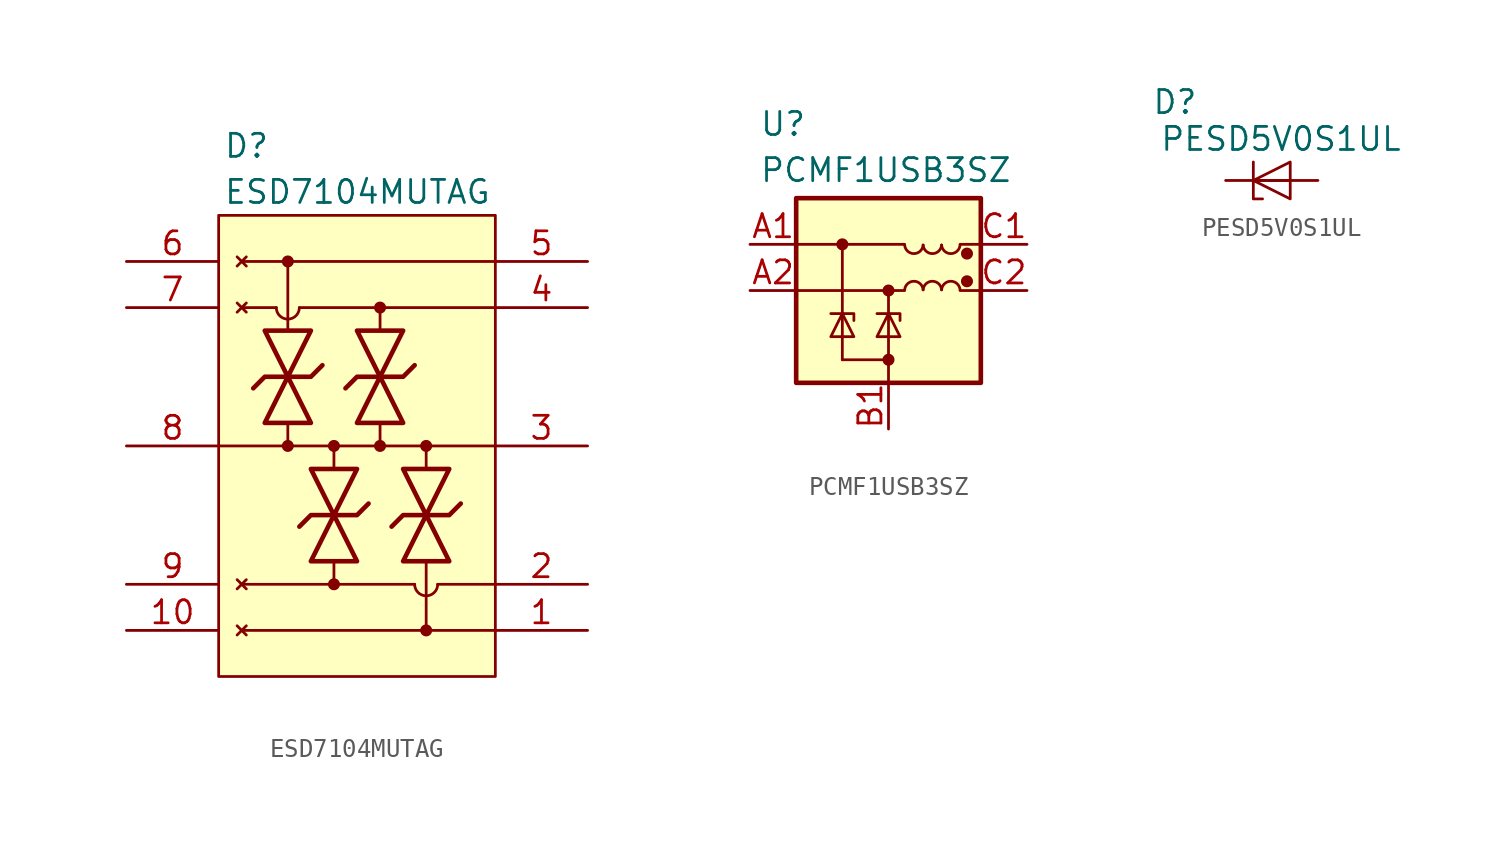
<source format=kicad_sym>
(kicad_symbol_lib
  (version 20241209)
  (generator "kicad_symbol_editor")
  (generator_version "9.0")
  (symbol "ESD7104MUTAG"
    (pin_names
      (hide yes))
    (property "Reference" "D"
      (at 5.334 7.112 0)
      (effects (font (size 1.27 1.27)) (justify left top)))
    (property "Value" "ESD7104MUTAG"
      (at 5.334 4.572 0)
      (effects (font (size 1.27 1.27)) (justify left top)))
    (symbol "ESD7104MUTAG_0_1"
      (polyline (pts (xy 5.08 -10.16) (xy 20.32 -10.16)) (stroke (width 0) (type default)) (fill (type none)))
      (polyline (pts (xy 6.985 -6.985) (xy 7.62 -6.35) (xy 10.16 -6.35) (xy 10.795 -5.715)) (stroke (width 0.254) (type default)) (fill (type none)))
      (polyline (pts (xy 7.62 -3.81) (xy 8.89 -6.35) (xy 10.16 -3.81) (xy 7.62 -3.81)) (stroke (width 0.254) (type default)) (fill (type none)))
      (polyline (pts (xy 9.525 -14.605) (xy 10.16 -13.97) (xy 12.7 -13.97) (xy 13.335 -13.335)) (stroke (width 0.254) (type default)) (fill (type none)))
      (polyline (pts (xy 10.16 -8.89) (xy 8.89 -6.35) (xy 7.62 -8.89) (xy 10.16 -8.89)) (stroke (width 0.254) (type default)) (fill (type none)))
      (polyline (pts (xy 10.16 -11.43) (xy 11.43 -13.97) (xy 12.7 -11.43) (xy 10.16 -11.43)) (stroke (width 0.254) (type default)) (fill (type none)))
      (polyline (pts (xy 12.065 -6.985) (xy 12.7 -6.35) (xy 15.24 -6.35) (xy 15.875 -5.715)) (stroke (width 0.254) (type default)) (fill (type none)))
      (polyline (pts (xy 12.7 -3.81) (xy 13.97 -6.35) (xy 15.24 -3.81) (xy 12.7 -3.81)) (stroke (width 0.254) (type default)) (fill (type none)))
      (polyline (pts (xy 12.7 -16.51) (xy 11.43 -13.97) (xy 10.16 -16.51) (xy 12.7 -16.51)) (stroke (width 0.254) (type default)) (fill (type none)))
      (polyline (pts (xy 14.605 -14.605) (xy 15.24 -13.97) (xy 17.78 -13.97) (xy 18.415 -13.335)) (stroke (width 0.254) (type default)) (fill (type none)))
      (polyline (pts (xy 15.24 -8.89) (xy 13.97 -6.35) (xy 12.7 -8.89) (xy 15.24 -8.89)) (stroke (width 0.254) (type default)) (fill (type none)))
      (polyline (pts (xy 15.24 -11.43) (xy 16.51 -13.97) (xy 17.78 -11.43) (xy 15.24 -11.43)) (stroke (width 0.254) (type default)) (fill (type none)))
      (polyline (pts (xy 17.78 -16.51) (xy 16.51 -13.97) (xy 15.24 -16.51) (xy 17.78 -16.51)) (stroke (width 0.254) (type default)) (fill (type none))))
    (symbol "ESD7104MUTAG_1_1"
      (rectangle (start 5.08 2.54) (end 20.32 -22.86) (stroke (width 0) (type default)) (fill (type background)))
      (polyline (pts (xy 6.096 0.254) (xy 6.604 -0.254)) (stroke (width 0) (type default)) (fill (type none)))
      (polyline (pts (xy 6.096 -0.254) (xy 6.604 0.254)) (stroke (width 0) (type default)) (fill (type none)))
      (polyline (pts (xy 6.096 -2.286) (xy 6.604 -2.794)) (stroke (width 0) (type default)) (fill (type none)))
      (polyline (pts (xy 6.096 -2.794) (xy 6.604 -2.286)) (stroke (width 0) (type default)) (fill (type none)))
      (polyline (pts (xy 6.096 -17.526) (xy 6.604 -18.034)) (stroke (width 0) (type default)) (fill (type none)))
      (polyline (pts (xy 6.096 -18.034) (xy 6.604 -17.526)) (stroke (width 0) (type default)) (fill (type none)))
      (polyline (pts (xy 6.096 -20.066) (xy 6.604 -20.574)) (stroke (width 0) (type default)) (fill (type none)))
      (polyline (pts (xy 6.096 -20.574) (xy 6.604 -20.066)) (stroke (width 0) (type default)) (fill (type none)))
      (polyline (pts (xy 6.35 -2.54) (xy 8.255 -2.54)) (stroke (width 0) (type default)) (fill (type none)))
      (polyline (pts (xy 6.35 -17.78) (xy 15.875 -17.78)) (stroke (width 0) (type default)) (fill (type none)))
      (polyline (pts (xy 6.35 -20.32) (xy 20.32 -20.32)) (stroke (width 0) (type default)) (fill (type none)))
      (polyline (pts (xy 8.89 0) (xy 8.89 -3.81)) (stroke (width 0) (type default)) (fill (type none)))
      (circle (center 8.89 0) (radius 0.254) (stroke (width 0) (type default)) (fill (type outline)))
      (arc (start 9.525 -2.54) (mid 8.89 -3.175) (end 8.255 -2.54) (stroke (width 0) (type default)) (fill (type none)))
      (polyline (pts (xy 8.89 -8.89) (xy 8.89 -10.16)) (stroke (width 0) (type default)) (fill (type none)))
      (circle (center 8.89 -10.16) (radius 0.254) (stroke (width 0) (type default)) (fill (type outline)))
      (polyline (pts (xy 9.525 -2.54) (xy 20.32 -2.54)) (stroke (width 0) (type default)) (fill (type none)))
      (polyline (pts (xy 11.43 -10.16) (xy 11.43 -11.43)) (stroke (width 0) (type default)) (fill (type none)))
      (circle (center 11.43 -10.16) (radius 0.254) (stroke (width 0) (type default)) (fill (type outline)))
      (polyline (pts (xy 11.43 -17.78) (xy 11.43 -16.51)) (stroke (width 0) (type default)) (fill (type none)))
      (circle (center 11.43 -17.78) (radius 0.254) (stroke (width 0) (type default)) (fill (type outline)))
      (polyline (pts (xy 13.97 -2.54) (xy 13.97 -3.81)) (stroke (width 0) (type default)) (fill (type none)))
      (circle (center 13.97 -2.54) (radius 0.254) (stroke (width 0) (type default)) (fill (type outline)))
      (polyline (pts (xy 13.97 -10.16) (xy 13.97 -8.89)) (stroke (width 0) (type default)) (fill (type none)))
      (circle (center 13.97 -10.16) (radius 0.254) (stroke (width 0) (type default)) (fill (type outline)))
      (polyline (pts (xy 16.51 -10.16) (xy 16.51 -11.43)) (stroke (width 0) (type default)) (fill (type none)))
      (circle (center 16.51 -10.16) (radius 0.254) (stroke (width 0) (type default)) (fill (type outline)))
      (arc (start 17.145 -17.78) (mid 16.51 -18.415) (end 15.875 -17.78) (stroke (width 0) (type default)) (fill (type none)))
      (polyline (pts (xy 16.51 -20.32) (xy 16.51 -16.51)) (stroke (width 0) (type default)) (fill (type none)))
      (circle (center 16.51 -20.32) (radius 0.254) (stroke (width 0) (type default)) (fill (type outline)))
      (polyline (pts (xy 17.145 -17.78) (xy 20.32 -17.78)) (stroke (width 0) (type default)) (fill (type none)))
      (polyline (pts (xy 20.32 0) (xy 6.35 0)) (stroke (width 0) (type default)) (fill (type none)))
      (pin passive line (at 0 0 0) (length 5.08) (name "NC_1" (effects (font (size 1.27 1.27)))) (number "6" (effects (font (size 1.27 1.27)))))
      (pin passive line (at 0 -2.54 0) (length 5.08) (name "NC_2" (effects (font (size 1.27 1.27)))) (number "7" (effects (font (size 1.27 1.27)))))
      (pin power_in line (at 0 -10.16 0) (length 5.08) (name "GND_2" (effects (font (size 1.27 1.27)))) (number "8" (effects (font (size 1.27 1.27)))))
      (pin passive line (at 0 -17.78 0) (length 5.08) (name "NC_3" (effects (font (size 1.27 1.27)))) (number "9" (effects (font (size 1.27 1.27)))))
      (pin passive line (at 0 -20.32 0) (length 5.08) (name "NC_4" (effects (font (size 1.27 1.27)))) (number "10" (effects (font (size 1.27 1.27)))))
      (pin bidirectional line (at 25.4 0 180) (length 5.08) (name "IO_4" (effects (font (size 1.27 1.27)))) (number "5" (effects (font (size 1.27 1.27)))))
      (pin bidirectional line (at 25.4 -2.54 180) (length 5.08) (name "IO_3" (effects (font (size 1.27 1.27)))) (number "4" (effects (font (size 1.27 1.27)))))
      (pin power_in line (at 25.4 -10.16 180) (length 5.08) (name "GND_1" (effects (font (size 1.27 1.27)))) (number "3" (effects (font (size 1.27 1.27)))))
      (pin bidirectional line (at 25.4 -17.78 180) (length 5.08) (name "IO_2" (effects (font (size 1.27 1.27)))) (number "2" (effects (font (size 1.27 1.27)))))
      (pin bidirectional line (at 25.4 -20.32 180) (length 5.08) (name "IO_1" (effects (font (size 1.27 1.27)))) (number "1" (effects (font (size 1.27 1.27)))))))
  (symbol "PCMF1USB3SZ"
    (pin_names
      (hide yes))
    (property "Reference" "U"
      (at 0.508 7.366 0)
      (effects (font (size 1.27 1.27)) (justify left top)))
    (property "Value" "PCMF1USB3SZ"
      (at 0.508 4.826 0)
      (effects (font (size 1.27 1.27)) (justify left top)))
    (symbol "PCMF1USB3SZ_0_1"
      (rectangle (start 2.54 2.54) (end 12.7 -7.62) (stroke (width 0.254) (type default)) (fill (type background)))
      (polyline (pts (xy 2.54 0) (xy 8.509 0)) (stroke (width 0) (type default)) (fill (type none)))
      (polyline (pts (xy 2.54 -2.54) (xy 8.509 -2.54)) (stroke (width 0) (type default)) (fill (type none)))
      (polyline (pts (xy 5.08 0) (xy 5.08 -6.35)) (stroke (width 0) (type default)) (fill (type none)))
      (polyline (pts (xy 7.62 -2.54) (xy 7.62 -7.62)) (stroke (width 0) (type default)) (fill (type none)))
      (arc (start 9.525 -0.0377) (mid 9.017 -0.5094) (end 8.509 -0.0377) (stroke (width 0) (type default)) (fill (type none)))
      (arc (start 8.509 -2.5023) (mid 9.017 -2.0306) (end 9.525 -2.5023) (stroke (width 0) (type default)) (fill (type none)))
      (arc (start 10.541 -0.0377) (mid 10.033 -0.5094) (end 9.525 -0.0377) (stroke (width 0) (type default)) (fill (type none)))
      (arc (start 9.525 -2.5023) (mid 10.033 -2.0306) (end 10.541 -2.5023) (stroke (width 0) (type default)) (fill (type none)))
      (arc (start 11.557 -0.0377) (mid 11.049 -0.5094) (end 10.541 -0.0377) (stroke (width 0) (type default)) (fill (type none)))
      (arc (start 10.541 -2.5023) (mid 11.049 -2.0306) (end 11.557 -2.5023) (stroke (width 0) (type default)) (fill (type none)))
      (polyline (pts (xy 12.7 0) (xy 11.557 0)) (stroke (width 0) (type default)) (fill (type none)))
      (polyline (pts (xy 12.7 -2.54) (xy 11.557 -2.54)) (stroke (width 0) (type default)) (fill (type none))))
    (symbol "PCMF1USB3SZ_1_1"
      (polyline (pts (xy 4.445 -5.08) (xy 5.715 -5.08) (xy 5.08 -3.81) (xy 4.445 -5.08)) (stroke (width 0) (type default)) (fill (type none)))
      (circle (center 5.08 0) (radius 0.254) (stroke (width 0) (type default)) (fill (type outline)))
      (polyline (pts (xy 5.715 -4.191) (xy 5.715 -3.81) (xy 4.445 -3.81)) (stroke (width 0) (type default)) (fill (type none)))
      (polyline (pts (xy 6.985 -5.08) (xy 8.255 -5.08) (xy 7.62 -3.81) (xy 6.985 -5.08)) (stroke (width 0) (type default)) (fill (type none)))
      (circle (center 7.62 -2.54) (radius 0.254) (stroke (width 0) (type default)) (fill (type outline)))
      (polyline (pts (xy 7.62 -6.35) (xy 5.08 -6.35)) (stroke (width 0) (type default)) (fill (type none)))
      (circle (center 7.62 -6.35) (radius 0.254) (stroke (width 0) (type default)) (fill (type outline)))
      (polyline (pts (xy 8.255 -4.191) (xy 8.255 -3.81) (xy 6.985 -3.81)) (stroke (width 0) (type default)) (fill (type none)))
      (circle (center 11.938 -0.508) (radius 0.254) (stroke (width 0) (type default)) (fill (type outline)))
      (circle (center 11.938 -2.032) (radius 0.254) (stroke (width 0) (type default)) (fill (type outline)))
      (pin passive line (at 0 0 0) (length 2.54) (name "CH1_IN+" (effects (font (size 1.27 1.27)))) (number "A1" (effects (font (size 1.27 1.27)))))
      (pin passive line (at 0 -2.54 0) (length 2.54) (name "CH1_IN-" (effects (font (size 1.27 1.27)))) (number "A2" (effects (font (size 1.27 1.27)))))
      (pin power_in line (at 7.62 -10.16 90) (length 2.54) (name "GND_CH1" (effects (font (size 1.27 1.27)))) (number "B1" (effects (font (size 1.27 1.27)))))
      (pin passive line (at 15.24 0 180) (length 2.54) (name "CH1_OUT+" (effects (font (size 1.27 1.27)))) (number "C1" (effects (font (size 1.27 1.27)))))
      (pin passive line (at 15.24 -2.54 180) (length 2.54) (name "CH1_OUT-" (effects (font (size 1.27 1.27)))) (number "C2" (effects (font (size 1.27 1.27)))))))
  (symbol "PESD5V0S1UL"
    (pin_numbers
      (hide yes))
    (pin_names
      (hide yes))
    (property "Reference" "D"
      (at -2.794 4.318 0)
      (effects (font (size 1.27 1.27))))
    (property "Value" "PESD5V0S1UL"
      (at 3.048 2.286 0)
      (effects (font (size 1.27 1.27))))
    (symbol "PESD5V0S1UL_0_1"
      (polyline (pts (xy 1.524 1.016) (xy 1.524 -1.016) (xy 2.032 -1.016)) (stroke (width 0) (type default)) (fill (type none)))
      (polyline (pts (xy 1.524 0) (xy 3.556 0)) (stroke (width 0) (type default)) (fill (type none)))
      (polyline (pts (xy 3.556 1.016) (xy 1.524 0) (xy 3.556 -1.016) (xy 3.556 1.016)) (stroke (width 0) (type default)) (fill (type none))))
    (symbol "PESD5V0S1UL_1_1"
      (pin passive line (at 0 0 0) (length 2.54) (name "K1" (effects (font (size 1.27 1.27)))) (number "1" (effects (font (size 1.27 1.27)))))
      (pin passive line (at 5.08 0 180) (length 2.54) (name "A" (effects (font (size 1.27 1.27)))) (number "2" (effects (font (size 1.27 1.27))))))))
</source>
